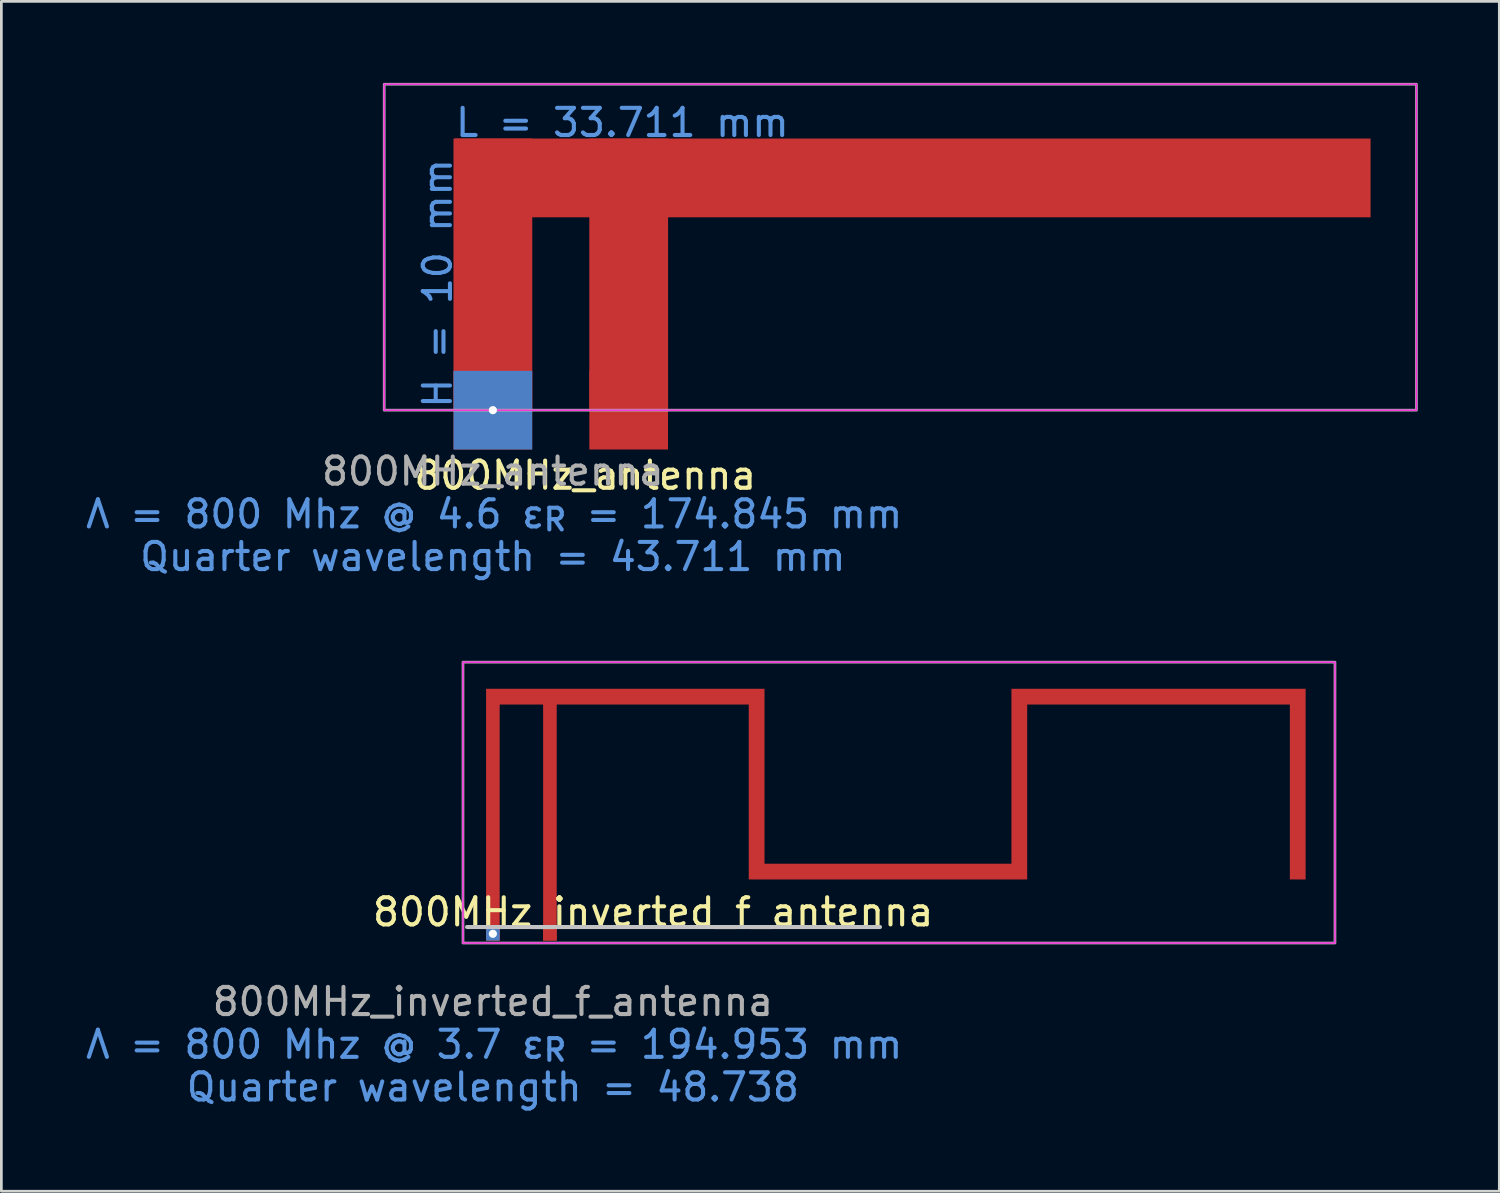
<source format=kicad_pcb>
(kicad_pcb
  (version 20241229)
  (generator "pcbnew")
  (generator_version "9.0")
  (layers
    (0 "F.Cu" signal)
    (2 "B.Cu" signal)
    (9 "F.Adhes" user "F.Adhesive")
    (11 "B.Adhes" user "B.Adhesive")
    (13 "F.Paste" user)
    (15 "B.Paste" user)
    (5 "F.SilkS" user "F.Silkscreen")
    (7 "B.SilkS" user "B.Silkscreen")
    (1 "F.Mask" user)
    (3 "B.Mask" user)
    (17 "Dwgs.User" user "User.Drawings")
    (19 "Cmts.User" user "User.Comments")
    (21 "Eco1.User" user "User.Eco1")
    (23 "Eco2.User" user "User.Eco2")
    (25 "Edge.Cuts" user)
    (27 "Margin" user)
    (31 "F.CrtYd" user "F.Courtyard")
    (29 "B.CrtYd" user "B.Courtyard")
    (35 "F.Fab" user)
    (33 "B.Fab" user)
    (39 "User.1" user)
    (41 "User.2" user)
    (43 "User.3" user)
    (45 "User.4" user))
  (footprint "800MHz_antenna"
    (layer "F.Cu")
    (at 15.094 12.05)
    (property "Reference" "800MHz_antenna" (at 3.4 2.4 0) (unlocked yes) (layer "F.SilkS") (effects (font (size 1 1) (thickness 0.15))))
    (attr exclude_from_pos_files exclude_from_bom)
    (fp_rect (start -1.45 -10) (end 1.45 0) (stroke (width 0) (type default)) (fill yes) (layer "F.Cu"))
    (fp_rect (start -1.4 -10) (end 32.311 -7.1) (stroke (width 0) (type default)) (fill yes) (layer "F.Cu"))
    (fp_rect (start 3.55 -10) (end 6.45 0) (stroke (width 0) (type default)) (fill yes) (layer "F.Cu"))
    (fp_rect (start -4 -12) (end 34 0) (stroke (width 0.05) (type default)) (fill no) (layer "F.CrtYd"))
    (fp_rect (start -4 -12) (end 34 0) (stroke (width 0.1) (type default)) (fill no) (layer "F.Fab"))
    (fp_text user "Λ = 800 Mhz @ 4.6 ε_{R} = 174.845 mm" (at 0.05 4.41 0) (unlocked yes) (layer "Cmts.User") (effects (font (size 1 1) (thickness 0.15)) (justify bottom)))
    (fp_text user "Quarter wavelength = 43.711 mm" (at 0 5.98 0) (unlocked yes) (layer "Cmts.User") (effects (font (size 1 1) (thickness 0.15)) (justify bottom)))
    (fp_text user "L = 33.711 mm" (at -1.45 -10 0) (unlocked yes) (layer "Cmts.User") (effects (font (size 1 1) (thickness 0.15)) (justify left bottom)))
    (fp_text user "H = 10 mm" (at -1.45 0 90) (unlocked yes) (layer "Cmts.User") (effects (font (size 1 1) (thickness 0.15)) (justify left bottom)))
    (fp_text user "${REFERENCE}" (at 0 2.25 0) (unlocked yes) (layer "F.Fab") (effects (font (size 1 1) (thickness 0.15))))
    (pad "1" connect rect (at 5 0) (size 2.895 2.895) (layers "F.Cu"))
    (pad "2" thru_hole rect (at 0 0) (size 2.895 2.895) (drill 0.3) (layers "*.Cu"))
    (zone (net_name "") (layer "F.Cu") (name "ANT_KEEPOUT") (hatch edge 0.5) (connect_pads) (min_thickness 0.25) (filled_areas_thickness no) (keepout (tracks allowed) (vias allowed) (pads allowed) (copperpour not_allowed) (footprints not_allowed)) (placement (enabled no)) (fill) (polygon (pts (xy 11.044 12.05) (xy 49.094 12.05) (xy 49.094 0.05) (xy 11.044 0.05)))))
  (footprint "800MHz_inverted_f_antenna"
    (layer "F.Cu")
    (at 15.094 31.326)
    (property "Reference" "800MHz_inverted_f_antenna" (at 5.9 -0.8 0) (unlocked yes) (layer "F.SilkS") (effects (font (size 1 1) (thickness 0.15))))
    (attr exclude_from_pos_files exclude_from_bom)
    (fp_poly (pts (xy 10 -2.58) (xy 19.09 -2.58) (xy 19.09 -9.02) (xy 19.67 -9.02) (xy 29.34 -9.02) (xy 29.92 -9.02) (xy 29.92 -2) (xy 29.34 -2) (xy 29.34 -8.44) (xy 19.67 -8.44) (xy 19.67 -2) (xy 19.09 -2) (xy 10 -2) (xy 9.42 -2) (xy 9.42 -8.44) (xy 2.35 -8.44) (xy 2.35 0.25) (xy 1.85 0.25) (xy 1.85 -8.44) (xy 0.25 -8.44) (xy 0.25 0.25) (xy -0.25 0.25) (xy -0.25 -8.44) (xy -0.25 -9.02) (xy 10 -9.02)) (stroke (width 0) (type default)) (fill yes) (layer "F.Cu"))
    (fp_line (start -0.95 -0.25) (end 14.25 -0.25) (stroke (width 0.15) (type solid)) (layer "Dwgs.User"))
    (fp_rect (start -1.1 -10) (end 31 0.34) (stroke (width 0.05) (type default)) (fill no) (layer "F.CrtYd"))
    (fp_rect (start -1.1 -10) (end 31 0.34) (stroke (width 0.1) (type default)) (fill no) (layer "F.Fab"))
    (fp_text user "Quarter wavelength = 48.738" (at 0 6.23 0) (unlocked yes) (layer "Cmts.User") (effects (font (size 1 1) (thickness 0.15)) (justify bottom)))
    (fp_text user "Λ = 800 Mhz @ 3.7 ε_{R} = 194.953 mm" (at 0.05 4.66 0) (unlocked yes) (layer "Cmts.User") (effects (font (size 1 1) (thickness 0.15)) (justify bottom)))
    (fp_text user "${REFERENCE}" (at 0 2.5 0) (unlocked yes) (layer "F.Fab") (effects (font (size 1 1) (thickness 0.15))))
    (pad "1" connect rect (at 2.1 0) (size 0.5 0.5) (layers "F.Cu"))
    (pad "2" thru_hole rect (at 0 0) (size 0.5 0.5) (drill 0.3) (layers "*.Cu"))
    (zone (net_name "") (layers "F.Cu" "B.Cu") (name "ANTENNA_KEEPOUT") (hatch edge 0.5) (connect_pads) (min_thickness 0.25) (filled_areas_thickness no) (keepout (tracks allowed) (vias allowed) (pads allowed) (copperpour not_allowed) (footprints not_allowed)) (placement (enabled no)) (fill) (polygon (pts (xy 14.094 21.326) (xy 45.994 21.326) (xy 45.994 31.067) (xy 14.094 31.076)))))
  (gr_rect
    (start -3 -3)
    (end 52.144 40.803)
    (stroke (width 0.1) (type default))
    (fill no)
    (layer "Edge.Cuts")))
</source>
